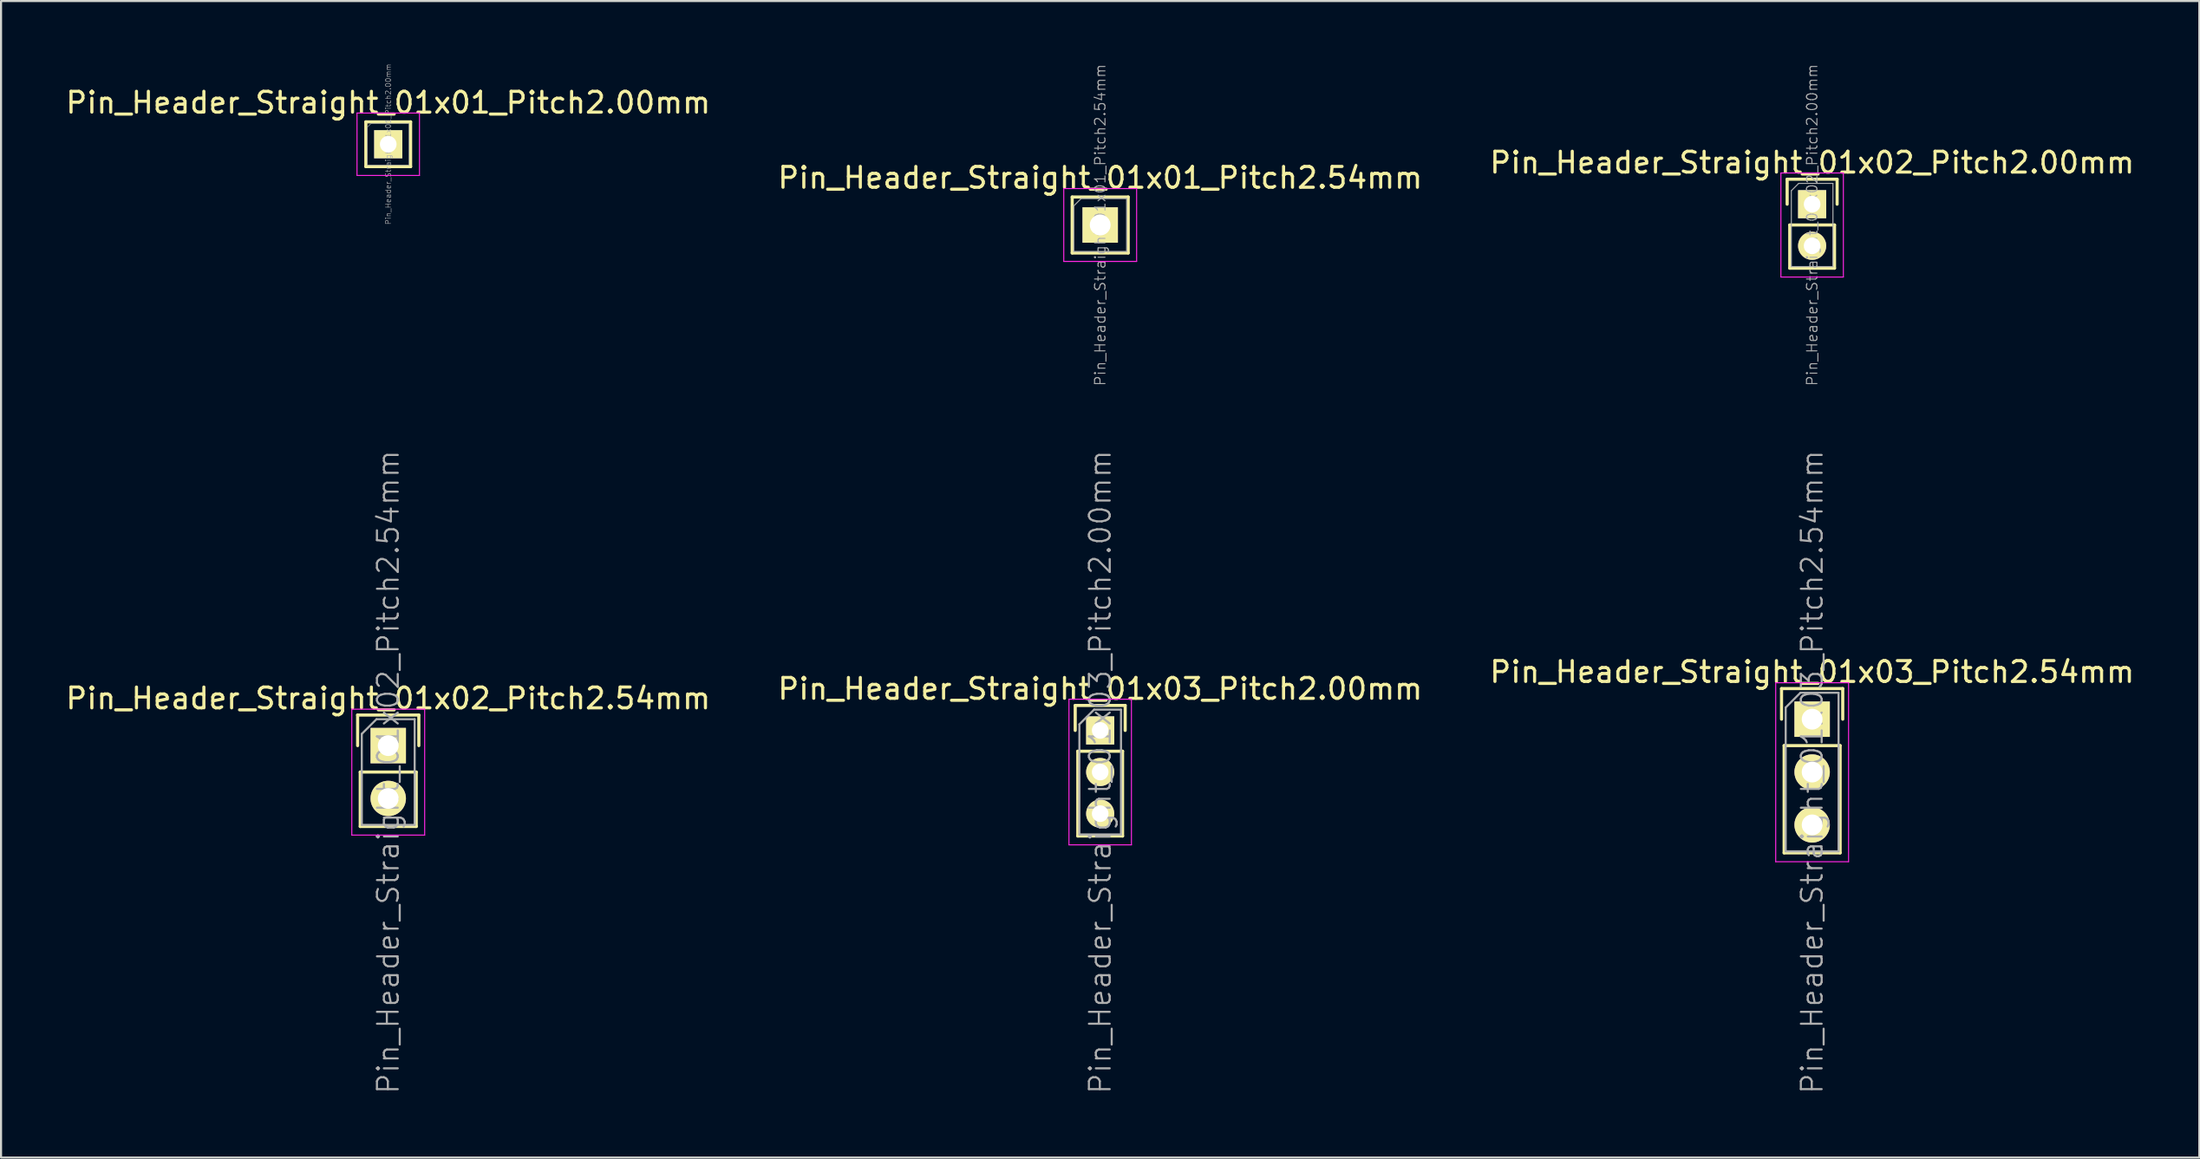
<source format=kicad_pcb>
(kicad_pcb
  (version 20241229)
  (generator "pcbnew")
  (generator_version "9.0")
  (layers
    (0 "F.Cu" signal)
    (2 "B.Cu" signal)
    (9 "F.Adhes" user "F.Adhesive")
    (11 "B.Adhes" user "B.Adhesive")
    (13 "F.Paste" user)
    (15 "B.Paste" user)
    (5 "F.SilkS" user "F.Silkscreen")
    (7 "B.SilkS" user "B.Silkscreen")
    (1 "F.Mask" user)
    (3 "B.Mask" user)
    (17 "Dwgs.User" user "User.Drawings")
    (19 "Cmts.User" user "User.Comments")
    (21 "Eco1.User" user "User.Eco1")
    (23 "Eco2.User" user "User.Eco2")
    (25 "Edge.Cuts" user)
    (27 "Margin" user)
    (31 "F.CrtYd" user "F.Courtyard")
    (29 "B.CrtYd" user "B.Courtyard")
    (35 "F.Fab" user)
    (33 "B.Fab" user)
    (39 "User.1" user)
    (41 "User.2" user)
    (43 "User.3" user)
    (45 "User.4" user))
  (footprint "Pin_Header_Straight_01x03_Pitch2.54mm"
    (layer "F.Cu")
    (at 84.006 31.512)
    (property "Reference" "Pin_Header_Straight_01x03_Pitch2.54mm" (at 0 -2.27 0) (layer "F.SilkS") (effects (font (size 1 1) (thickness 0.15))))
    (attr smd)
    (fp_line (start -1.47 -1.47) (end -1.47 0) (stroke (width 0.15) (type solid)) (layer "F.SilkS"))
    (fp_line (start -1.47 -1.47) (end 1.47 -1.47) (stroke (width 0.15) (type solid)) (layer "F.SilkS"))
    (fp_line (start -1.345 1.27) (end -1.345 6.425) (stroke (width 0.15) (type solid)) (layer "F.SilkS"))
    (fp_line (start -1.345 1.27) (end 1.345 1.27) (stroke (width 0.15) (type solid)) (layer "F.SilkS"))
    (fp_line (start -1.345 6.425) (end 1.345 6.425) (stroke (width 0.15) (type solid)) (layer "F.SilkS"))
    (fp_line (start 1.345 1.27) (end 1.345 6.425) (stroke (width 0.15) (type solid)) (layer "F.SilkS"))
    (fp_line (start 1.47 -1.47) (end 1.47 0) (stroke (width 0.15) (type solid)) (layer "F.SilkS"))
    (fp_line (start -1.75 -1.75) (end -1.75 6.85) (stroke (width 0.05) (type solid)) (layer "F.CrtYd"))
    (fp_line (start 1.75 -1.75) (end -1.75 -1.75) (stroke (width 0.05) (type solid)) (layer "F.CrtYd"))
    (fp_line (start 1.75 -1.75) (end 1.75 6.85) (stroke (width 0.05) (type solid)) (layer "F.CrtYd"))
    (fp_line (start 1.75 6.85) (end -1.75 6.85) (stroke (width 0.05) (type solid)) (layer "F.CrtYd"))
    (fp_line (start -1.27 -0.563) (end -0.563 -1.27) (stroke (width 0.1) (type solid)) (layer "F.Fab"))
    (fp_line (start -1.27 6.35) (end -1.27 -0.563) (stroke (width 0.1) (type solid)) (layer "F.Fab"))
    (fp_line (start 1.27 -1.27) (end -0.563 -1.27) (stroke (width 0.1) (type solid)) (layer "F.Fab"))
    (fp_line (start 1.27 6.35) (end -1.27 6.35) (stroke (width 0.1) (type solid)) (layer "F.Fab"))
    (fp_line (start 1.27 6.35) (end 1.27 -1.27) (stroke (width 0.1) (type solid)) (layer "F.Fab"))
    (fp_text user "${REFERENCE}" (at 0 2.54 90) (layer "F.Fab") (effects (font (size 1 1) (thickness 0.1))))
    (pad "1" thru_hole rect (at 0 0) (size 1.7 1.7) (drill 1) (layers "*.Cu" "*.Mask" "F.SilkS"))
    (pad "2" thru_hole oval (at 0 2.54) (size 1.7 1.7) (drill 1) (layers "*.Cu" "*.Mask" "F.SilkS"))
    (pad "3" thru_hole oval (at 0 5.08) (size 1.7 1.7) (drill 1) (layers "*.Cu" "*.Mask" "F.SilkS")))
  (footprint "Pin_Header_Straight_01x01_Pitch2.00mm"
    (layer "F.Cu")
    (at 15.601 3.882)
    (property "Reference" "Pin_Header_Straight_01x01_Pitch2.00mm" (at 0 -2 0) (layer "F.SilkS") (effects (font (size 1 1) (thickness 0.15))))
    (attr smd)
    (fp_line (start -1.075 -1.075) (end -1.075 1.075) (stroke (width 0.15) (type solid)) (layer "F.SilkS"))
    (fp_line (start -1.075 -1.075) (end 1.075 -1.075) (stroke (width 0.15) (type solid)) (layer "F.SilkS"))
    (fp_line (start -1.075 1.075) (end 1.075 1.075) (stroke (width 0.15) (type solid)) (layer "F.SilkS"))
    (fp_line (start 1.075 -1.075) (end 1.075 1.075) (stroke (width 0.15) (type solid)) (layer "F.SilkS"))
    (fp_line (start -1.5 -1.5) (end -1.5 1.5) (stroke (width 0.05) (type solid)) (layer "F.CrtYd"))
    (fp_line (start 1.5 -1.5) (end -1.5 -1.5) (stroke (width 0.05) (type solid)) (layer "F.CrtYd"))
    (fp_line (start 1.5 -1.5) (end 1.5 1.5) (stroke (width 0.05) (type solid)) (layer "F.CrtYd"))
    (fp_line (start 1.5 1.5) (end -1.5 1.5) (stroke (width 0.05) (type solid)) (layer "F.CrtYd"))
    (fp_line (start -1 -0.823) (end -0.823 -1) (stroke (width 0.025) (type solid)) (layer "F.Fab"))
    (fp_line (start -1 1) (end -1 -0.823) (stroke (width 0.025) (type solid)) (layer "F.Fab"))
    (fp_line (start 1 -1) (end -0.823 -1) (stroke (width 0.025) (type solid)) (layer "F.Fab"))
    (fp_line (start 1 1) (end -1 1) (stroke (width 0.025) (type solid)) (layer "F.Fab"))
    (fp_line (start 1 1) (end 1 -1) (stroke (width 0.025) (type solid)) (layer "F.Fab"))
    (fp_text user "${REFERENCE}" (at 0 0 90) (layer "F.Fab") (effects (font (size 0.25 0.25) (thickness 0.025))))
    (pad "1" thru_hole rect (at 0 0) (size 1.35 1.35) (drill 0.8) (layers "*.Cu" "*.Mask" "F.SilkS")))
  (footprint "Pin_Header_Straight_01x03_Pitch2.00mm"
    (layer "F.Cu")
    (at 49.804 32.052)
    (property "Reference" "Pin_Header_Straight_01x03_Pitch2.00mm" (at 0 -2 0) (layer "F.SilkS") (effects (font (size 1 1) (thickness 0.15))))
    (attr smd)
    (fp_line (start -1.2 -1.2) (end -1.2 0) (stroke (width 0.15) (type solid)) (layer "F.SilkS"))
    (fp_line (start -1.2 -1.2) (end 1.2 -1.2) (stroke (width 0.15) (type solid)) (layer "F.SilkS"))
    (fp_line (start -1.075 1) (end -1.075 5.075) (stroke (width 0.15) (type solid)) (layer "F.SilkS"))
    (fp_line (start -1.075 1) (end 1.075 1) (stroke (width 0.15) (type solid)) (layer "F.SilkS"))
    (fp_line (start -1.075 5.075) (end 1.075 5.075) (stroke (width 0.15) (type solid)) (layer "F.SilkS"))
    (fp_line (start 1.075 1) (end 1.075 5.075) (stroke (width 0.15) (type solid)) (layer "F.SilkS"))
    (fp_line (start 1.2 -1.2) (end 1.2 0) (stroke (width 0.15) (type solid)) (layer "F.SilkS"))
    (fp_line (start -1.5 -1.5) (end -1.5 5.5) (stroke (width 0.05) (type solid)) (layer "F.CrtYd"))
    (fp_line (start 1.5 -1.5) (end -1.5 -1.5) (stroke (width 0.05) (type solid)) (layer "F.CrtYd"))
    (fp_line (start 1.5 -1.5) (end 1.5 5.5) (stroke (width 0.05) (type solid)) (layer "F.CrtYd"))
    (fp_line (start 1.5 5.5) (end -1.5 5.5) (stroke (width 0.05) (type solid)) (layer "F.CrtYd"))
    (fp_line (start -1 -0.293) (end -0.293 -1) (stroke (width 0.1) (type solid)) (layer "F.Fab"))
    (fp_line (start -1 5) (end -1 -0.293) (stroke (width 0.1) (type solid)) (layer "F.Fab"))
    (fp_line (start 1 -1) (end -0.293 -1) (stroke (width 0.1) (type solid)) (layer "F.Fab"))
    (fp_line (start 1 5) (end -1 5) (stroke (width 0.1) (type solid)) (layer "F.Fab"))
    (fp_line (start 1 5) (end 1 -1) (stroke (width 0.1) (type solid)) (layer "F.Fab"))
    (fp_text user "${REFERENCE}" (at 0 2 90) (layer "F.Fab") (effects (font (size 1 1) (thickness 0.1))))
    (pad "1" thru_hole rect (at 0 0) (size 1.35 1.35) (drill 0.8) (layers "*.Cu" "*.Mask" "F.SilkS"))
    (pad "2" thru_hole oval (at 0 2) (size 1.35 1.35) (drill 0.8) (layers "*.Cu" "*.Mask" "F.SilkS"))
    (pad "3" thru_hole oval (at 0 4) (size 1.35 1.35) (drill 0.8) (layers "*.Cu" "*.Mask" "F.SilkS")))
  (footprint "Pin_Header_Straight_01x01_Pitch2.54mm"
    (layer "F.Cu")
    (at 49.804 7.763)
    (property "Reference" "Pin_Header_Straight_01x01_Pitch2.54mm" (at 0 -2.27 0) (layer "F.SilkS") (effects (font (size 1 1) (thickness 0.15))))
    (attr smd)
    (fp_line (start -1.345 -1.345) (end -1.345 1.345) (stroke (width 0.15) (type solid)) (layer "F.SilkS"))
    (fp_line (start -1.345 -1.345) (end 1.345 -1.345) (stroke (width 0.15) (type solid)) (layer "F.SilkS"))
    (fp_line (start -1.345 1.345) (end 1.345 1.345) (stroke (width 0.15) (type solid)) (layer "F.SilkS"))
    (fp_line (start 1.345 -1.345) (end 1.345 1.345) (stroke (width 0.15) (type solid)) (layer "F.SilkS"))
    (fp_line (start -1.75 -1.75) (end -1.75 1.75) (stroke (width 0.05) (type solid)) (layer "F.CrtYd"))
    (fp_line (start 1.75 -1.75) (end -1.75 -1.75) (stroke (width 0.05) (type solid)) (layer "F.CrtYd"))
    (fp_line (start 1.75 -1.75) (end 1.75 1.75) (stroke (width 0.05) (type solid)) (layer "F.CrtYd"))
    (fp_line (start 1.75 1.75) (end -1.75 1.75) (stroke (width 0.05) (type solid)) (layer "F.CrtYd"))
    (fp_line (start -1.27 -0.916) (end -0.916 -1.27) (stroke (width 0.05) (type solid)) (layer "F.Fab"))
    (fp_line (start -1.27 1.27) (end -1.27 -0.916) (stroke (width 0.05) (type solid)) (layer "F.Fab"))
    (fp_line (start 1.27 -1.27) (end -0.916 -1.27) (stroke (width 0.05) (type solid)) (layer "F.Fab"))
    (fp_line (start 1.27 1.27) (end -1.27 1.27) (stroke (width 0.05) (type solid)) (layer "F.Fab"))
    (fp_line (start 1.27 1.27) (end 1.27 -1.27) (stroke (width 0.05) (type solid)) (layer "F.Fab"))
    (fp_text user "${REFERENCE}" (at 0 0 90) (layer "F.Fab") (effects (font (size 0.5 0.5) (thickness 0.05))))
    (pad "1" thru_hole rect (at 0 0) (size 1.7 1.7) (drill 1) (layers "*.Cu" "*.Mask" "F.SilkS")))
  (footprint "Pin_Header_Straight_01x02_Pitch2.00mm"
    (layer "F.Cu")
    (at 84.006 6.763)
    (property "Reference" "Pin_Header_Straight_01x02_Pitch2.00mm" (at 0 -2 0) (layer "F.SilkS") (effects (font (size 1 1) (thickness 0.15))))
    (attr smd)
    (fp_line (start -1.2 -1.2) (end -1.2 0) (stroke (width 0.15) (type solid)) (layer "F.SilkS"))
    (fp_line (start -1.2 -1.2) (end 1.2 -1.2) (stroke (width 0.15) (type solid)) (layer "F.SilkS"))
    (fp_line (start -1.075 1) (end -1.075 3.075) (stroke (width 0.15) (type solid)) (layer "F.SilkS"))
    (fp_line (start -1.075 1) (end 1.075 1) (stroke (width 0.15) (type solid)) (layer "F.SilkS"))
    (fp_line (start -1.075 3.075) (end 1.075 3.075) (stroke (width 0.15) (type solid)) (layer "F.SilkS"))
    (fp_line (start 1.075 1) (end 1.075 3.075) (stroke (width 0.15) (type solid)) (layer "F.SilkS"))
    (fp_line (start 1.2 -1.2) (end 1.2 0) (stroke (width 0.15) (type solid)) (layer "F.SilkS"))
    (fp_line (start -1.5 -1.5) (end -1.5 3.5) (stroke (width 0.05) (type solid)) (layer "F.CrtYd"))
    (fp_line (start 1.5 -1.5) (end -1.5 -1.5) (stroke (width 0.05) (type solid)) (layer "F.CrtYd"))
    (fp_line (start 1.5 -1.5) (end 1.5 3.5) (stroke (width 0.05) (type solid)) (layer "F.CrtYd"))
    (fp_line (start 1.5 3.5) (end -1.5 3.5) (stroke (width 0.05) (type solid)) (layer "F.CrtYd"))
    (fp_line (start -1 -0.646) (end -0.646 -1) (stroke (width 0.05) (type solid)) (layer "F.Fab"))
    (fp_line (start -1 3) (end -1 -0.646) (stroke (width 0.05) (type solid)) (layer "F.Fab"))
    (fp_line (start 1 -1) (end -0.646 -1) (stroke (width 0.05) (type solid)) (layer "F.Fab"))
    (fp_line (start 1 3) (end -1 3) (stroke (width 0.05) (type solid)) (layer "F.Fab"))
    (fp_line (start 1 3) (end 1 -1) (stroke (width 0.05) (type solid)) (layer "F.Fab"))
    (fp_text user "${REFERENCE}" (at 0 1 90) (layer "F.Fab") (effects (font (size 0.5 0.5) (thickness 0.05))))
    (pad "1" thru_hole rect (at 0 0) (size 1.35 1.35) (drill 0.8) (layers "*.Cu" "*.Mask" "F.SilkS"))
    (pad "2" thru_hole oval (at 0 2) (size 1.35 1.35) (drill 0.8) (layers "*.Cu" "*.Mask" "F.SilkS")))
  (footprint "Pin_Header_Straight_01x02_Pitch2.54mm"
    (layer "F.Cu")
    (at 15.601 32.782)
    (property "Reference" "Pin_Header_Straight_01x02_Pitch2.54mm" (at 0 -2.27 0) (layer "F.SilkS") (effects (font (size 1 1) (thickness 0.15))))
    (attr smd)
    (fp_line (start -1.47 -1.47) (end -1.47 0) (stroke (width 0.15) (type solid)) (layer "F.SilkS"))
    (fp_line (start -1.47 -1.47) (end 1.47 -1.47) (stroke (width 0.15) (type solid)) (layer "F.SilkS"))
    (fp_line (start -1.345 1.27) (end -1.345 3.885) (stroke (width 0.15) (type solid)) (layer "F.SilkS"))
    (fp_line (start -1.345 1.27) (end 1.345 1.27) (stroke (width 0.15) (type solid)) (layer "F.SilkS"))
    (fp_line (start -1.345 3.885) (end 1.345 3.885) (stroke (width 0.15) (type solid)) (layer "F.SilkS"))
    (fp_line (start 1.345 1.27) (end 1.345 3.885) (stroke (width 0.15) (type solid)) (layer "F.SilkS"))
    (fp_line (start 1.47 -1.47) (end 1.47 0) (stroke (width 0.15) (type solid)) (layer "F.SilkS"))
    (fp_line (start -1.75 -1.75) (end -1.75 4.3) (stroke (width 0.05) (type solid)) (layer "F.CrtYd"))
    (fp_line (start 1.75 -1.75) (end -1.75 -1.75) (stroke (width 0.05) (type solid)) (layer "F.CrtYd"))
    (fp_line (start 1.75 -1.75) (end 1.75 4.3) (stroke (width 0.05) (type solid)) (layer "F.CrtYd"))
    (fp_line (start 1.75 4.3) (end -1.75 4.3) (stroke (width 0.05) (type solid)) (layer "F.CrtYd"))
    (fp_line (start -1.27 -0.563) (end -0.563 -1.27) (stroke (width 0.1) (type solid)) (layer "F.Fab"))
    (fp_line (start -1.27 3.81) (end -1.27 -0.563) (stroke (width 0.1) (type solid)) (layer "F.Fab"))
    (fp_line (start 1.27 -1.27) (end -0.563 -1.27) (stroke (width 0.1) (type solid)) (layer "F.Fab"))
    (fp_line (start 1.27 3.81) (end -1.27 3.81) (stroke (width 0.1) (type solid)) (layer "F.Fab"))
    (fp_line (start 1.27 3.81) (end 1.27 -1.27) (stroke (width 0.1) (type solid)) (layer "F.Fab"))
    (fp_text user "${REFERENCE}" (at 0 1.27 90) (layer "F.Fab") (effects (font (size 1 1) (thickness 0.1))))
    (pad "1" thru_hole rect (at 0 0) (size 1.7 1.7) (drill 1) (layers "*.Cu" "*.Mask" "F.SilkS"))
    (pad "2" thru_hole oval (at 0 2.54) (size 1.7 1.7) (drill 1) (layers "*.Cu" "*.Mask" "F.SilkS")))
  (gr_rect
    (start -3 -3)
    (end 102.607 52.579)
    (stroke (width 0.1) (type default))
    (fill no)
    (layer "Edge.Cuts")))
</source>
